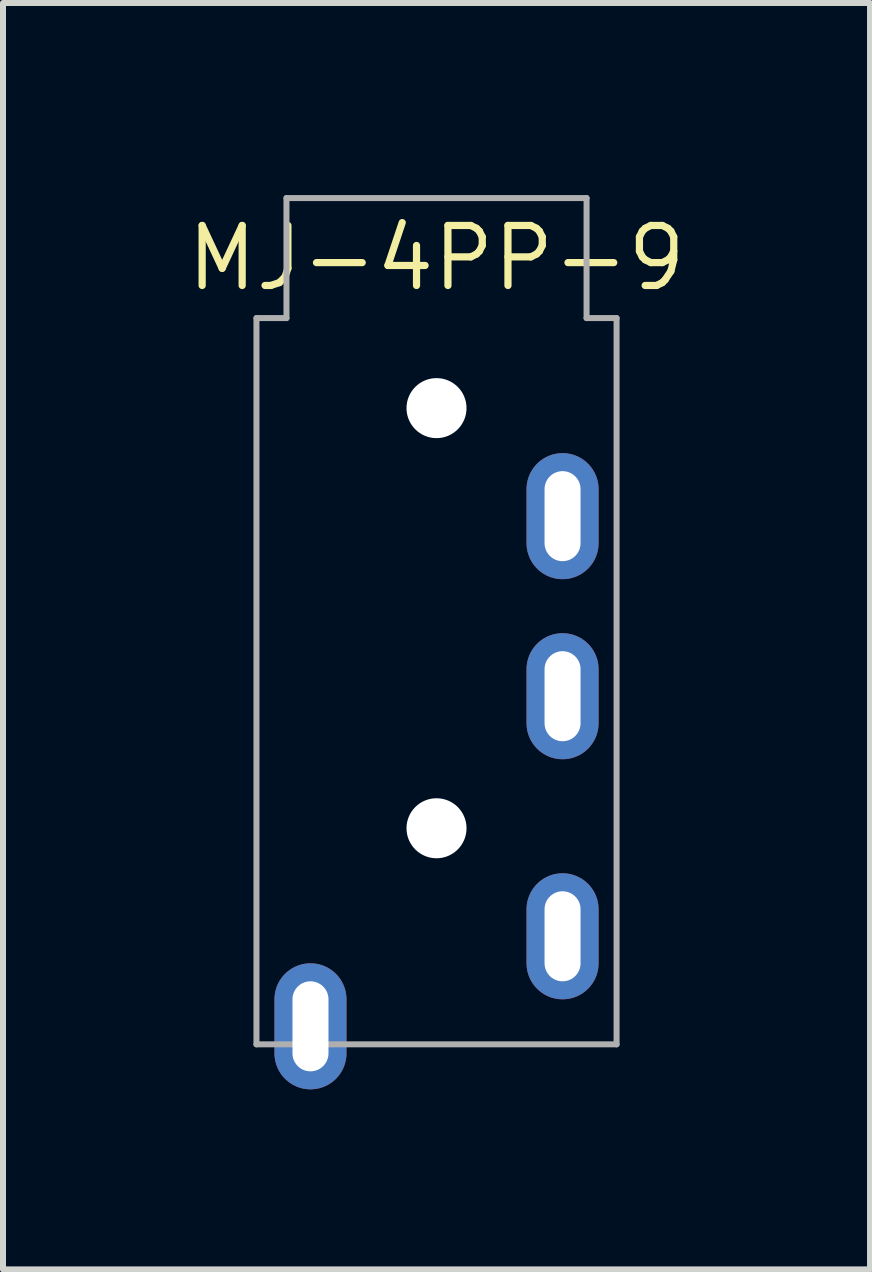
<source format=kicad_pcb>
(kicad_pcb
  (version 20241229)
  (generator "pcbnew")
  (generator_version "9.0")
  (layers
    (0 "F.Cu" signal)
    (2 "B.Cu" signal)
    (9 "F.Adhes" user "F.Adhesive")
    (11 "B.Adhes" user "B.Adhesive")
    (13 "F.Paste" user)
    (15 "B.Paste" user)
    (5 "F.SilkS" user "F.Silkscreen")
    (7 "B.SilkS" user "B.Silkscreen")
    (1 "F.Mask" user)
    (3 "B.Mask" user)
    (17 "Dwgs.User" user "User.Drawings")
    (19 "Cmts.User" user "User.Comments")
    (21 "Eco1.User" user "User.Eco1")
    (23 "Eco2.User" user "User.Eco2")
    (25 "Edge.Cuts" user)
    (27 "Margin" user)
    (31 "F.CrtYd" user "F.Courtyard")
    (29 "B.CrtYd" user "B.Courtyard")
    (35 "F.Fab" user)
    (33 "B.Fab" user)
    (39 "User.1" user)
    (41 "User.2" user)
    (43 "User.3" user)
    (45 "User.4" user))
  (footprint "MJ-4PP-9"
    (layer "F.Cu")
    (at 4.223 0.25)
    (property "Reference" "MJ-4PP-9" (at 0 1 180) (layer "F.SilkS") (effects (font (size 1 1) (thickness 0.12))))
    (attr through_hole)
    (fp_line (start -3 2) (end -3 14.1) (stroke (width 0.1) (type solid)) (layer "F.Fab"))
    (fp_line (start -3 2) (end -2.5 2) (stroke (width 0.1) (type solid)) (layer "F.Fab"))
    (fp_line (start -3 14.1) (end 3 14.1) (stroke (width 0.1) (type solid)) (layer "F.Fab"))
    (fp_line (start -2.5 0) (end -2.5 2) (stroke (width 0.1) (type solid)) (layer "F.Fab"))
    (fp_line (start -2.5 0) (end 2.5 0) (stroke (width 0.1) (type solid)) (layer "F.Fab"))
    (fp_line (start 2.5 0) (end 2.5 2) (stroke (width 0.1) (type solid)) (layer "F.Fab"))
    (fp_line (start 2.5 2) (end 3 2) (stroke (width 0.1) (type solid)) (layer "F.Fab"))
    (fp_line (start 3 2) (end 3 14.1) (stroke (width 0.1) (type solid)) (layer "F.Fab"))
    (pad "" np_thru_hole circle (at 0 3.5) (size 1 1) (drill 1) (layers "*.Cu" "*.Mask"))
    (pad "" np_thru_hole circle (at 0 10.5) (size 1 1) (drill 1) (layers "*.Cu" "*.Mask"))
    (pad "R1" thru_hole oval (at 2.1 8.3) (size 1.2 2.1) (drill oval 0.6 1.5) (layers "*.Cu" "B.Mask"))
    (pad "R2" thru_hole oval (at 2.1 5.3) (size 1.2 2.1) (drill oval 0.6 1.5) (layers "*.Cu" "B.Mask"))
    (pad "S" thru_hole oval (at -2.1 13.8) (size 1.2 2.1) (drill oval 0.6 1.5) (layers "*.Cu" "B.Mask"))
    (pad "T" thru_hole oval (at 2.1 12.3) (size 1.2 2.1) (drill oval 0.6 1.5) (layers "*.Cu" "B.Mask")))
  (gr_rect
    (start -3 -3)
    (end 11.446 18.1)
    (stroke (width 0.1) (type default))
    (fill no)
    (layer "Edge.Cuts")))
</source>
